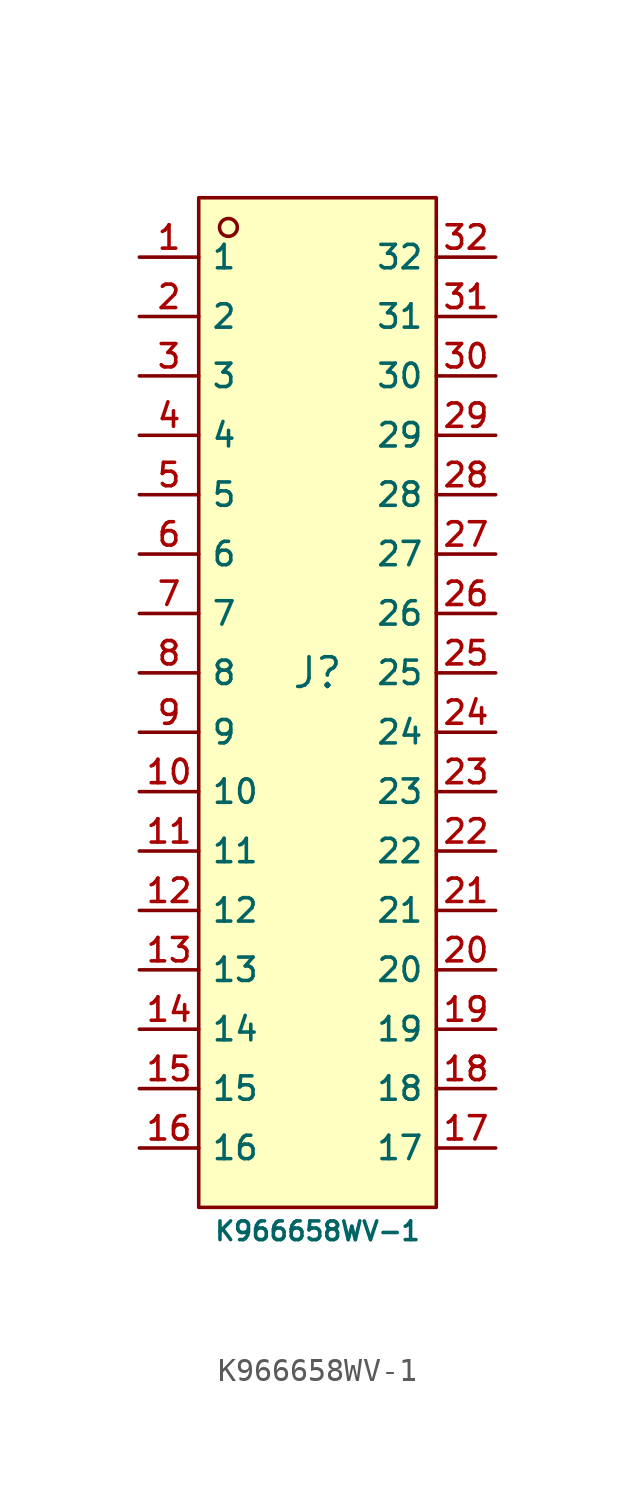
<source format=kicad_sym>
(kicad_symbol_lib
  (version 20231120)
  (generator "CDFER_Archive_Tool")
  (generator_version "0.0")
  (symbol "K966658WV-1"
    (property "Reference" "J"
      (at 0 2.54 0)
      (effects (font (size 1.27 1.27))))
    (property "Value" "K966658WV-1"
      (at 0 -21.336 0)
      (effects (font (size 0.8 0.8))))
    (symbol "K966658WV-1_0_1"
      (rectangle (start -5.08 22.86) (end 5.08 -20.32) (stroke (width 0) (type default)) (fill (type background)))
      (circle (center -3.81 21.59) (radius 0.381) (stroke (width 0) (type default)) (fill (type background)))
      (pin unspecified line (at -7.62 20.32 0) (length 2.54) (name "1" (effects (font (size 1 1)))) (number "1" (effects (font (size 1 1)))))
      (pin unspecified line (at -7.62 -2.54 0) (length 2.54) (name "10" (effects (font (size 1 1)))) (number "10" (effects (font (size 1 1)))))
      (pin unspecified line (at -7.62 -5.08 0) (length 2.54) (name "11" (effects (font (size 1 1)))) (number "11" (effects (font (size 1 1)))))
      (pin unspecified line (at -7.62 -7.62 0) (length 2.54) (name "12" (effects (font (size 1 1)))) (number "12" (effects (font (size 1 1)))))
      (pin unspecified line (at -7.62 -10.16 0) (length 2.54) (name "13" (effects (font (size 1 1)))) (number "13" (effects (font (size 1 1)))))
      (pin unspecified line (at -7.62 -12.7 0) (length 2.54) (name "14" (effects (font (size 1 1)))) (number "14" (effects (font (size 1 1)))))
      (pin unspecified line (at -7.62 -15.24 0) (length 2.54) (name "15" (effects (font (size 1 1)))) (number "15" (effects (font (size 1 1)))))
      (pin unspecified line (at -7.62 -17.78 0) (length 2.54) (name "16" (effects (font (size 1 1)))) (number "16" (effects (font (size 1 1)))))
      (pin unspecified line (at 7.62 -17.78 180) (length 2.54) (name "17" (effects (font (size 1 1)))) (number "17" (effects (font (size 1 1)))))
      (pin unspecified line (at 7.62 -15.24 180) (length 2.54) (name "18" (effects (font (size 1 1)))) (number "18" (effects (font (size 1 1)))))
      (pin unspecified line (at 7.62 -12.7 180) (length 2.54) (name "19" (effects (font (size 1 1)))) (number "19" (effects (font (size 1 1)))))
      (pin unspecified line (at -7.62 17.78 0) (length 2.54) (name "2" (effects (font (size 1 1)))) (number "2" (effects (font (size 1 1)))))
      (pin unspecified line (at 7.62 -10.16 180) (length 2.54) (name "20" (effects (font (size 1 1)))) (number "20" (effects (font (size 1 1)))))
      (pin unspecified line (at 7.62 -7.62 180) (length 2.54) (name "21" (effects (font (size 1 1)))) (number "21" (effects (font (size 1 1)))))
      (pin unspecified line (at 7.62 -5.08 180) (length 2.54) (name "22" (effects (font (size 1 1)))) (number "22" (effects (font (size 1 1)))))
      (pin unspecified line (at 7.62 -2.54 180) (length 2.54) (name "23" (effects (font (size 1 1)))) (number "23" (effects (font (size 1 1)))))
      (pin unspecified line (at 7.62 0 180) (length 2.54) (name "24" (effects (font (size 1 1)))) (number "24" (effects (font (size 1 1)))))
      (pin unspecified line (at 7.62 2.54 180) (length 2.54) (name "25" (effects (font (size 1 1)))) (number "25" (effects (font (size 1 1)))))
      (pin unspecified line (at 7.62 5.08 180) (length 2.54) (name "26" (effects (font (size 1 1)))) (number "26" (effects (font (size 1 1)))))
      (pin unspecified line (at 7.62 7.62 180) (length 2.54) (name "27" (effects (font (size 1 1)))) (number "27" (effects (font (size 1 1)))))
      (pin unspecified line (at 7.62 10.16 180) (length 2.54) (name "28" (effects (font (size 1 1)))) (number "28" (effects (font (size 1 1)))))
      (pin unspecified line (at 7.62 12.7 180) (length 2.54) (name "29" (effects (font (size 1 1)))) (number "29" (effects (font (size 1 1)))))
      (pin unspecified line (at -7.62 15.24 0) (length 2.54) (name "3" (effects (font (size 1 1)))) (number "3" (effects (font (size 1 1)))))
      (pin unspecified line (at 7.62 15.24 180) (length 2.54) (name "30" (effects (font (size 1 1)))) (number "30" (effects (font (size 1 1)))))
      (pin unspecified line (at 7.62 17.78 180) (length 2.54) (name "31" (effects (font (size 1 1)))) (number "31" (effects (font (size 1 1)))))
      (pin unspecified line (at 7.62 20.32 180) (length 2.54) (name "32" (effects (font (size 1 1)))) (number "32" (effects (font (size 1 1)))))
      (pin unspecified line (at -7.62 12.7 0) (length 2.54) (name "4" (effects (font (size 1 1)))) (number "4" (effects (font (size 1 1)))))
      (pin unspecified line (at -7.62 10.16 0) (length 2.54) (name "5" (effects (font (size 1 1)))) (number "5" (effects (font (size 1 1)))))
      (pin unspecified line (at -7.62 7.62 0) (length 2.54) (name "6" (effects (font (size 1 1)))) (number "6" (effects (font (size 1 1)))))
      (pin unspecified line (at -7.62 5.08 0) (length 2.54) (name "7" (effects (font (size 1 1)))) (number "7" (effects (font (size 1 1)))))
      (pin unspecified line (at -7.62 2.54 0) (length 2.54) (name "8" (effects (font (size 1 1)))) (number "8" (effects (font (size 1 1)))))
      (pin unspecified line (at -7.62 0 0) (length 2.54) (name "9" (effects (font (size 1 1)))) (number "9" (effects (font (size 1 1))))))))
</source>
